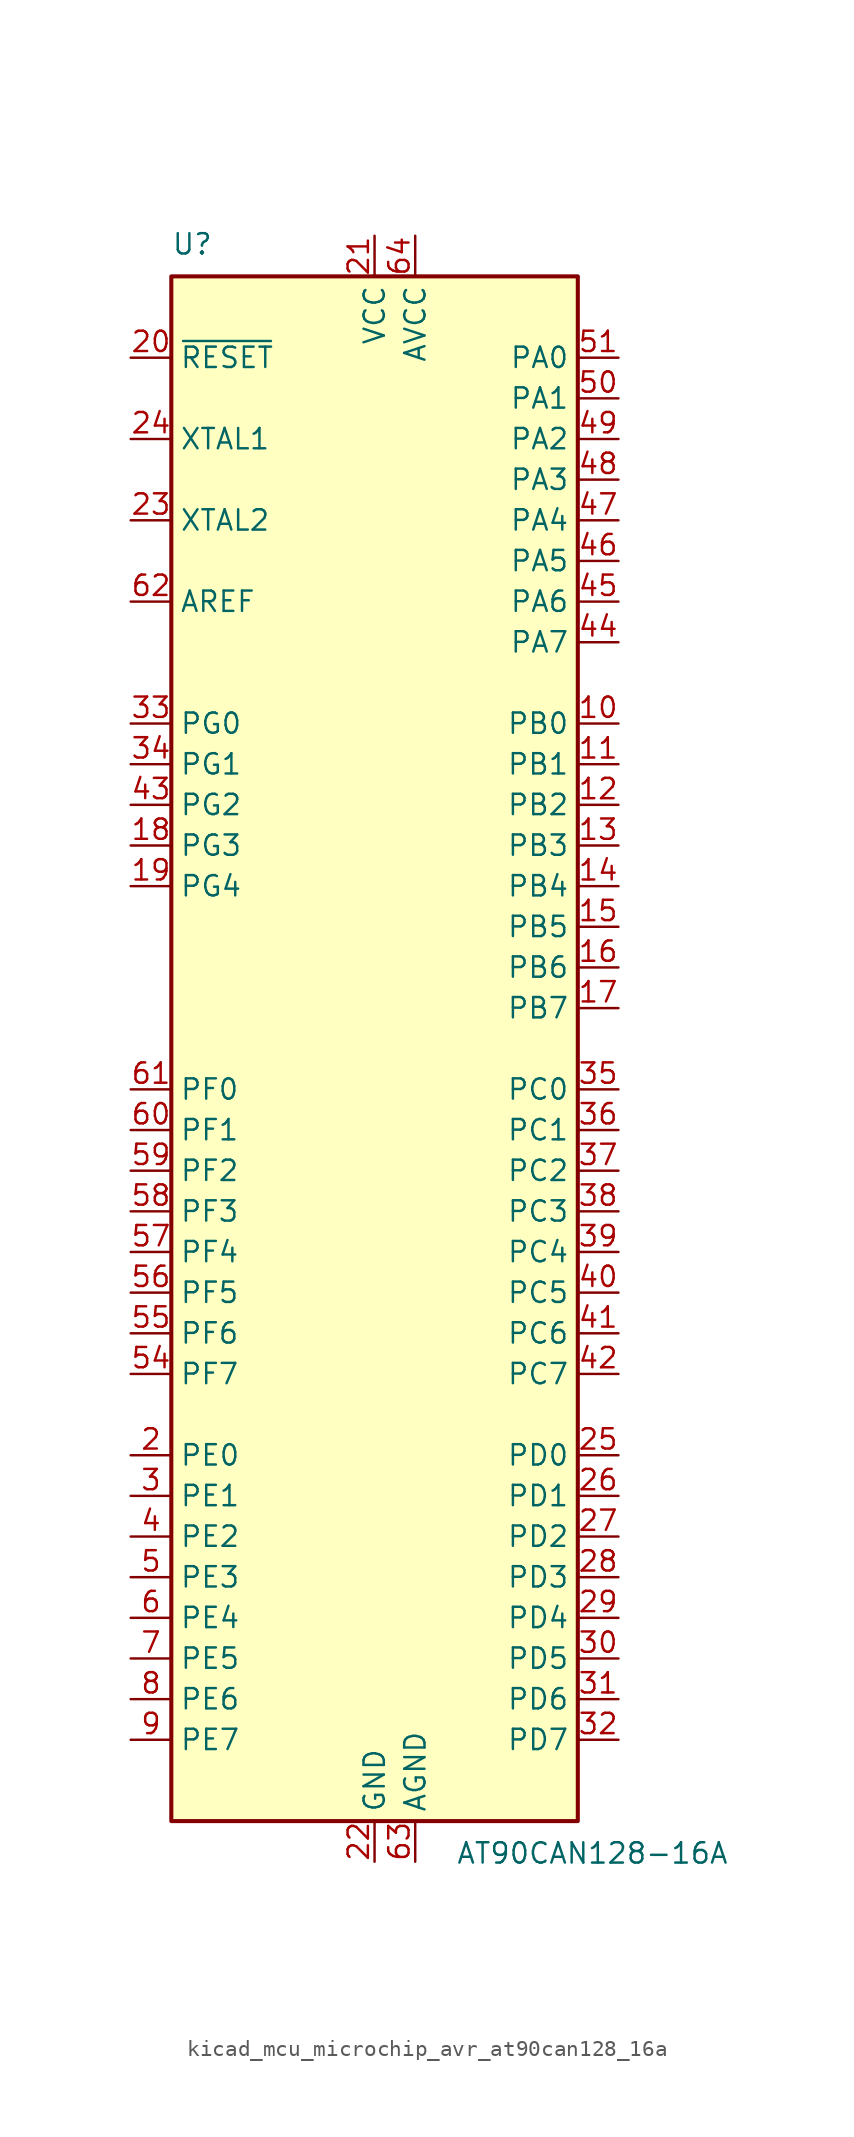
<source format=kicad_sym>
(kicad_symbol_lib
  (version 20220914)
  (generator kicad_symbol_editor)
  (symbol "kicad_mcu_microchip_avr_at90can128_16a"
    (property "Reference" "U"
      (at -12.7 49.53 0)
      (effects (font (size 1.27 1.27)) (justify left bottom)))
    (property "Value" "AT90CAN128-16A"
      (at 5.08 -49.53 0)
      (effects (font (size 1.27 1.27)) (justify left top)))
    (symbol "kicad_mcu_microchip_avr_at90can128_16a_0_1"
      (rectangle (start -12.7 -48.26) (end 12.7 48.26) (stroke (width 0.254) (type default)) (fill (type background))))
    (symbol "kicad_mcu_microchip_avr_at90can128_16a_1_1"
      (pin no_connect line (at -12.7 -45.72 0) (length 2.54) hide (name "NC" (effects (font (size 1.27 1.27)))) (number "1" (effects (font (size 1.27 1.27)))))
      (pin bidirectional line (at 15.24 20.32 180) (length 2.54) (name "PB0" (effects (font (size 1.27 1.27)))) (number "10" (effects (font (size 1.27 1.27)))))
      (pin bidirectional line (at 15.24 17.78 180) (length 2.54) (name "PB1" (effects (font (size 1.27 1.27)))) (number "11" (effects (font (size 1.27 1.27)))))
      (pin bidirectional line (at 15.24 15.24 180) (length 2.54) (name "PB2" (effects (font (size 1.27 1.27)))) (number "12" (effects (font (size 1.27 1.27)))))
      (pin bidirectional line (at 15.24 12.7 180) (length 2.54) (name "PB3" (effects (font (size 1.27 1.27)))) (number "13" (effects (font (size 1.27 1.27)))))
      (pin bidirectional line (at 15.24 10.16 180) (length 2.54) (name "PB4" (effects (font (size 1.27 1.27)))) (number "14" (effects (font (size 1.27 1.27)))))
      (pin bidirectional line (at 15.24 7.62 180) (length 2.54) (name "PB5" (effects (font (size 1.27 1.27)))) (number "15" (effects (font (size 1.27 1.27)))))
      (pin bidirectional line (at 15.24 5.08 180) (length 2.54) (name "PB6" (effects (font (size 1.27 1.27)))) (number "16" (effects (font (size 1.27 1.27)))))
      (pin bidirectional line (at 15.24 2.54 180) (length 2.54) (name "PB7" (effects (font (size 1.27 1.27)))) (number "17" (effects (font (size 1.27 1.27)))))
      (pin bidirectional line (at -15.24 12.7 0) (length 2.54) (name "PG3" (effects (font (size 1.27 1.27)))) (number "18" (effects (font (size 1.27 1.27)))))
      (pin bidirectional line (at -15.24 10.16 0) (length 2.54) (name "PG4" (effects (font (size 1.27 1.27)))) (number "19" (effects (font (size 1.27 1.27)))))
      (pin bidirectional line (at -15.24 -25.4 0) (length 2.54) (name "PE0" (effects (font (size 1.27 1.27)))) (number "2" (effects (font (size 1.27 1.27)))))
      (pin input line (at -15.24 43.18 0) (length 2.54) (name "~{RESET}" (effects (font (size 1.27 1.27)))) (number "20" (effects (font (size 1.27 1.27)))))
      (pin power_in line (at 0 50.8 270) (length 2.54) (name "VCC" (effects (font (size 1.27 1.27)))) (number "21" (effects (font (size 1.27 1.27)))))
      (pin power_in line (at 0 -50.8 90) (length 2.54) (name "GND" (effects (font (size 1.27 1.27)))) (number "22" (effects (font (size 1.27 1.27)))))
      (pin output line (at -15.24 33.02 0) (length 2.54) (name "XTAL2" (effects (font (size 1.27 1.27)))) (number "23" (effects (font (size 1.27 1.27)))))
      (pin input line (at -15.24 38.1 0) (length 2.54) (name "XTAL1" (effects (font (size 1.27 1.27)))) (number "24" (effects (font (size 1.27 1.27)))))
      (pin bidirectional line (at 15.24 -25.4 180) (length 2.54) (name "PD0" (effects (font (size 1.27 1.27)))) (number "25" (effects (font (size 1.27 1.27)))))
      (pin bidirectional line (at 15.24 -27.94 180) (length 2.54) (name "PD1" (effects (font (size 1.27 1.27)))) (number "26" (effects (font (size 1.27 1.27)))))
      (pin bidirectional line (at 15.24 -30.48 180) (length 2.54) (name "PD2" (effects (font (size 1.27 1.27)))) (number "27" (effects (font (size 1.27 1.27)))))
      (pin bidirectional line (at 15.24 -33.02 180) (length 2.54) (name "PD3" (effects (font (size 1.27 1.27)))) (number "28" (effects (font (size 1.27 1.27)))))
      (pin bidirectional line (at 15.24 -35.56 180) (length 2.54) (name "PD4" (effects (font (size 1.27 1.27)))) (number "29" (effects (font (size 1.27 1.27)))))
      (pin bidirectional line (at -15.24 -27.94 0) (length 2.54) (name "PE1" (effects (font (size 1.27 1.27)))) (number "3" (effects (font (size 1.27 1.27)))))
      (pin bidirectional line (at 15.24 -38.1 180) (length 2.54) (name "PD5" (effects (font (size 1.27 1.27)))) (number "30" (effects (font (size 1.27 1.27)))))
      (pin bidirectional line (at 15.24 -40.64 180) (length 2.54) (name "PD6" (effects (font (size 1.27 1.27)))) (number "31" (effects (font (size 1.27 1.27)))))
      (pin bidirectional line (at 15.24 -43.18 180) (length 2.54) (name "PD7" (effects (font (size 1.27 1.27)))) (number "32" (effects (font (size 1.27 1.27)))))
      (pin bidirectional line (at -15.24 20.32 0) (length 2.54) (name "PG0" (effects (font (size 1.27 1.27)))) (number "33" (effects (font (size 1.27 1.27)))))
      (pin bidirectional line (at -15.24 17.78 0) (length 2.54) (name "PG1" (effects (font (size 1.27 1.27)))) (number "34" (effects (font (size 1.27 1.27)))))
      (pin bidirectional line (at 15.24 -2.54 180) (length 2.54) (name "PC0" (effects (font (size 1.27 1.27)))) (number "35" (effects (font (size 1.27 1.27)))))
      (pin bidirectional line (at 15.24 -5.08 180) (length 2.54) (name "PC1" (effects (font (size 1.27 1.27)))) (number "36" (effects (font (size 1.27 1.27)))))
      (pin bidirectional line (at 15.24 -7.62 180) (length 2.54) (name "PC2" (effects (font (size 1.27 1.27)))) (number "37" (effects (font (size 1.27 1.27)))))
      (pin bidirectional line (at 15.24 -10.16 180) (length 2.54) (name "PC3" (effects (font (size 1.27 1.27)))) (number "38" (effects (font (size 1.27 1.27)))))
      (pin bidirectional line (at 15.24 -12.7 180) (length 2.54) (name "PC4" (effects (font (size 1.27 1.27)))) (number "39" (effects (font (size 1.27 1.27)))))
      (pin bidirectional line (at -15.24 -30.48 0) (length 2.54) (name "PE2" (effects (font (size 1.27 1.27)))) (number "4" (effects (font (size 1.27 1.27)))))
      (pin bidirectional line (at 15.24 -15.24 180) (length 2.54) (name "PC5" (effects (font (size 1.27 1.27)))) (number "40" (effects (font (size 1.27 1.27)))))
      (pin bidirectional line (at 15.24 -17.78 180) (length 2.54) (name "PC6" (effects (font (size 1.27 1.27)))) (number "41" (effects (font (size 1.27 1.27)))))
      (pin bidirectional line (at 15.24 -20.32 180) (length 2.54) (name "PC7" (effects (font (size 1.27 1.27)))) (number "42" (effects (font (size 1.27 1.27)))))
      (pin bidirectional line (at -15.24 15.24 0) (length 2.54) (name "PG2" (effects (font (size 1.27 1.27)))) (number "43" (effects (font (size 1.27 1.27)))))
      (pin bidirectional line (at 15.24 25.4 180) (length 2.54) (name "PA7" (effects (font (size 1.27 1.27)))) (number "44" (effects (font (size 1.27 1.27)))))
      (pin bidirectional line (at 15.24 27.94 180) (length 2.54) (name "PA6" (effects (font (size 1.27 1.27)))) (number "45" (effects (font (size 1.27 1.27)))))
      (pin bidirectional line (at 15.24 30.48 180) (length 2.54) (name "PA5" (effects (font (size 1.27 1.27)))) (number "46" (effects (font (size 1.27 1.27)))))
      (pin bidirectional line (at 15.24 33.02 180) (length 2.54) (name "PA4" (effects (font (size 1.27 1.27)))) (number "47" (effects (font (size 1.27 1.27)))))
      (pin bidirectional line (at 15.24 35.56 180) (length 2.54) (name "PA3" (effects (font (size 1.27 1.27)))) (number "48" (effects (font (size 1.27 1.27)))))
      (pin bidirectional line (at 15.24 38.1 180) (length 2.54) (name "PA2" (effects (font (size 1.27 1.27)))) (number "49" (effects (font (size 1.27 1.27)))))
      (pin bidirectional line (at -15.24 -33.02 0) (length 2.54) (name "PE3" (effects (font (size 1.27 1.27)))) (number "5" (effects (font (size 1.27 1.27)))))
      (pin bidirectional line (at 15.24 40.64 180) (length 2.54) (name "PA1" (effects (font (size 1.27 1.27)))) (number "50" (effects (font (size 1.27 1.27)))))
      (pin bidirectional line (at 15.24 43.18 180) (length 2.54) (name "PA0" (effects (font (size 1.27 1.27)))) (number "51" (effects (font (size 1.27 1.27)))))
      (pin passive line (at 0 50.8 270) (length 2.54) hide (name "VCC" (effects (font (size 1.27 1.27)))) (number "52" (effects (font (size 1.27 1.27)))))
      (pin passive line (at 0 -50.8 90) (length 2.54) hide (name "GND" (effects (font (size 1.27 1.27)))) (number "53" (effects (font (size 1.27 1.27)))))
      (pin bidirectional line (at -15.24 -20.32 0) (length 2.54) (name "PF7" (effects (font (size 1.27 1.27)))) (number "54" (effects (font (size 1.27 1.27)))))
      (pin bidirectional line (at -15.24 -17.78 0) (length 2.54) (name "PF6" (effects (font (size 1.27 1.27)))) (number "55" (effects (font (size 1.27 1.27)))))
      (pin bidirectional line (at -15.24 -15.24 0) (length 2.54) (name "PF5" (effects (font (size 1.27 1.27)))) (number "56" (effects (font (size 1.27 1.27)))))
      (pin bidirectional line (at -15.24 -12.7 0) (length 2.54) (name "PF4" (effects (font (size 1.27 1.27)))) (number "57" (effects (font (size 1.27 1.27)))))
      (pin bidirectional line (at -15.24 -10.16 0) (length 2.54) (name "PF3" (effects (font (size 1.27 1.27)))) (number "58" (effects (font (size 1.27 1.27)))))
      (pin bidirectional line (at -15.24 -7.62 0) (length 2.54) (name "PF2" (effects (font (size 1.27 1.27)))) (number "59" (effects (font (size 1.27 1.27)))))
      (pin bidirectional line (at -15.24 -35.56 0) (length 2.54) (name "PE4" (effects (font (size 1.27 1.27)))) (number "6" (effects (font (size 1.27 1.27)))))
      (pin bidirectional line (at -15.24 -5.08 0) (length 2.54) (name "PF1" (effects (font (size 1.27 1.27)))) (number "60" (effects (font (size 1.27 1.27)))))
      (pin bidirectional line (at -15.24 -2.54 0) (length 2.54) (name "PF0" (effects (font (size 1.27 1.27)))) (number "61" (effects (font (size 1.27 1.27)))))
      (pin passive line (at -15.24 27.94 0) (length 2.54) (name "AREF" (effects (font (size 1.27 1.27)))) (number "62" (effects (font (size 1.27 1.27)))))
      (pin power_in line (at 2.54 -50.8 90) (length 2.54) (name "AGND" (effects (font (size 1.27 1.27)))) (number "63" (effects (font (size 1.27 1.27)))))
      (pin power_in line (at 2.54 50.8 270) (length 2.54) (name "AVCC" (effects (font (size 1.27 1.27)))) (number "64" (effects (font (size 1.27 1.27)))))
      (pin bidirectional line (at -15.24 -38.1 0) (length 2.54) (name "PE5" (effects (font (size 1.27 1.27)))) (number "7" (effects (font (size 1.27 1.27)))))
      (pin bidirectional line (at -15.24 -40.64 0) (length 2.54) (name "PE6" (effects (font (size 1.27 1.27)))) (number "8" (effects (font (size 1.27 1.27)))))
      (pin bidirectional line (at -15.24 -43.18 0) (length 2.54) (name "PE7" (effects (font (size 1.27 1.27)))) (number "9" (effects (font (size 1.27 1.27))))))))
</source>
